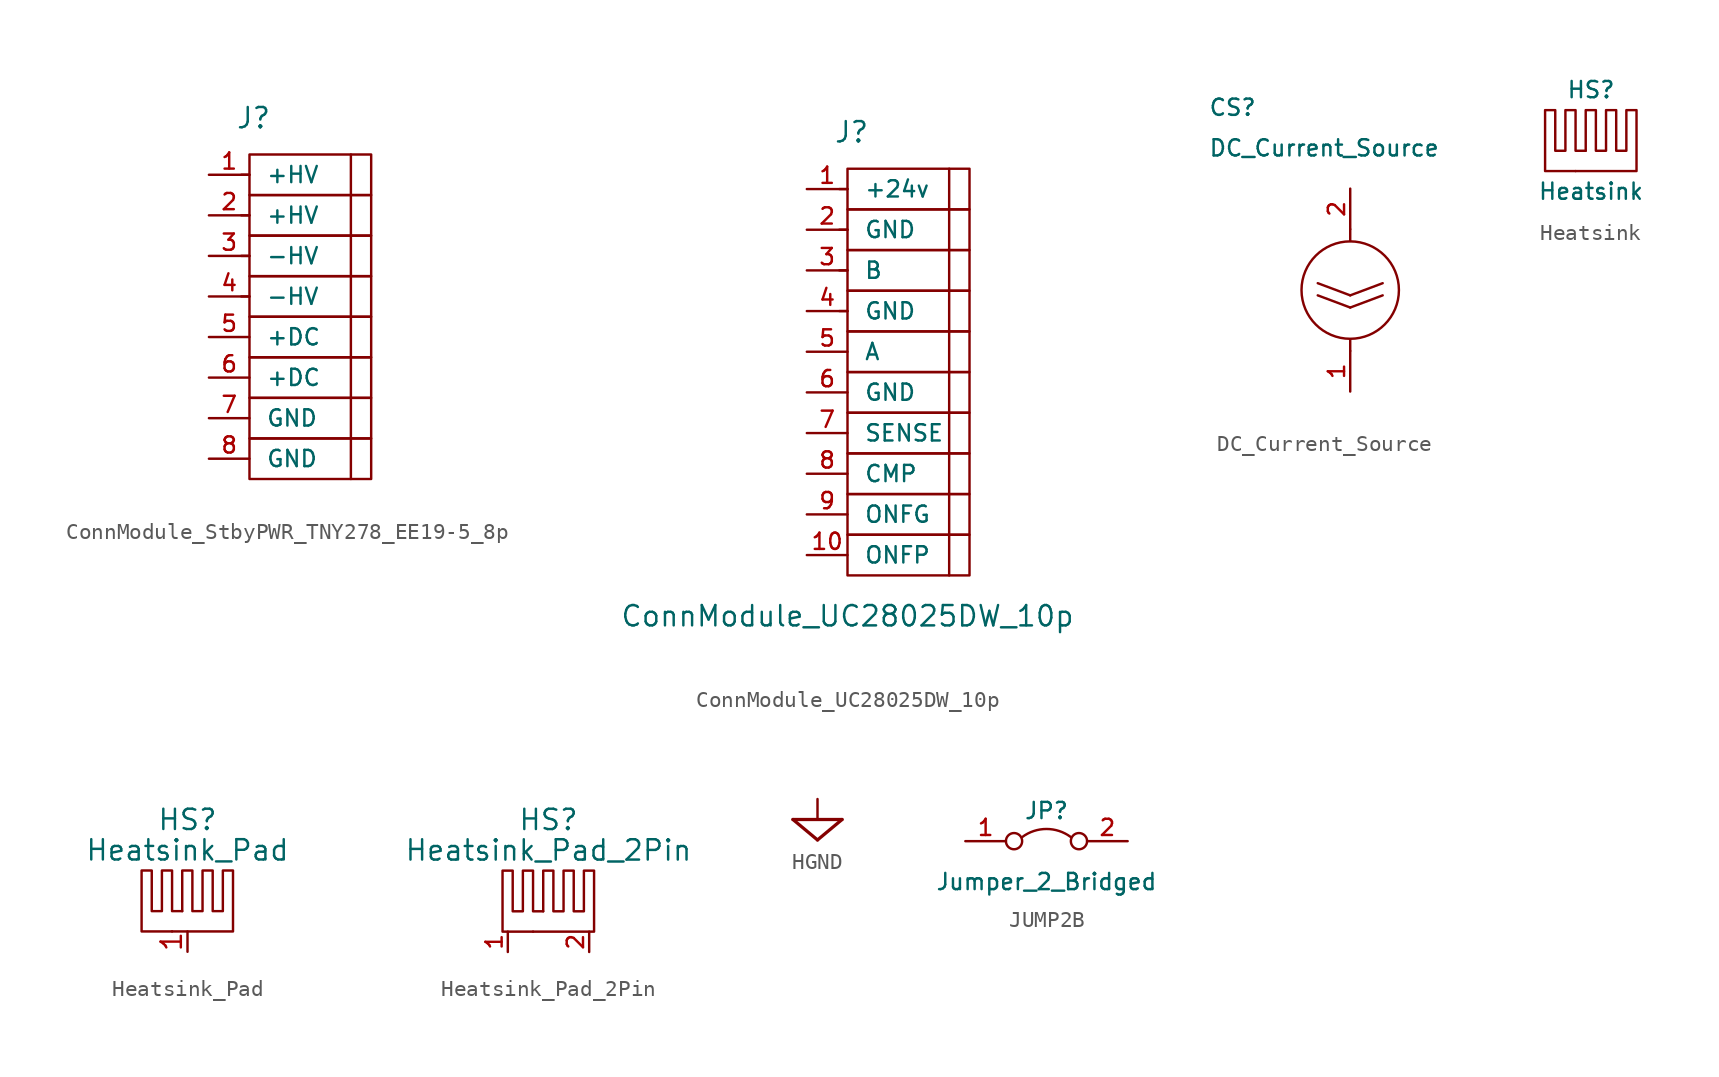
<source format=kicad_sym>
(kicad_symbol_lib
  (version 20241209)
  (generator "kicad_symbol_editor")
  (generator_version "9.0")
  (symbol "ConnModule_StbyPWR_TNY278_EE19-5_8p"
    (pin_names
      (offset 1.016))
    (property "Reference" "J"
      (at 0.254 14.986 0)
      (effects (font (size 1.27 1.27))))
    (symbol "ConnModule_StbyPWR_TNY278_EE19-5_8p_0_1"
      (polyline (pts (xy -0.508 11.43) (xy 0 11.43)) (stroke (width 0) (type default)) (fill (type none)))
      (polyline (pts (xy -0.508 8.89) (xy 0 8.89)) (stroke (width 0) (type default)) (fill (type none)))
      (polyline (pts (xy -0.508 6.35) (xy 0 6.35)) (stroke (width 0) (type default)) (fill (type none)))
      (polyline (pts (xy -0.508 3.81) (xy 0 3.81)) (stroke (width 0) (type default)) (fill (type none)))
      (rectangle (start 0 12.7) (end 7.62 10.16) (stroke (width 0) (type default)) (fill (type none)))
      (rectangle (start 0 10.16) (end 7.62 7.62) (stroke (width 0) (type default)) (fill (type none)))
      (rectangle (start 0 7.62) (end 7.62 5.08) (stroke (width 0) (type default)) (fill (type none)))
      (rectangle (start 0 5.08) (end 7.62 2.54) (stroke (width 0) (type default)) (fill (type none)))
      (rectangle (start 0 2.54) (end 7.62 0) (stroke (width 0) (type default)) (fill (type none)))
      (rectangle (start 0 0) (end 7.62 -2.54) (stroke (width 0) (type default)) (fill (type none)))
      (rectangle (start 0 -2.54) (end 7.62 -5.08) (stroke (width 0) (type default)) (fill (type none)))
      (rectangle (start 0 -5.08) (end 7.62 -7.62) (stroke (width 0) (type default)) (fill (type none)))
      (polyline (pts (xy 6.35 12.7) (xy 6.35 -7.62)) (stroke (width 0) (type default)) (fill (type none))))
    (symbol "ConnModule_StbyPWR_TNY278_EE19-5_8p_1_1"
      (pin bidirectional line (at -2.54 11.43 0) (length 2.54) (name "+HV" (effects (font (size 1.016 1.016)))) (number "1" (effects (font (size 1.016 1.016)))))
      (pin bidirectional line (at -2.54 8.89 0) (length 2.54) (name "+HV" (effects (font (size 1.016 1.016)))) (number "2" (effects (font (size 1.016 1.016)))))
      (pin bidirectional line (at -2.54 6.35 0) (length 2.54) (name "-HV" (effects (font (size 1.016 1.016)))) (number "3" (effects (font (size 1.016 1.016)))))
      (pin bidirectional line (at -2.54 3.81 0) (length 2.54) (name "-HV" (effects (font (size 1.016 1.016)))) (number "4" (effects (font (size 1.016 1.016)))))
      (pin bidirectional line (at -2.54 1.27 0) (length 2.54) (name "+DC" (effects (font (size 1.016 1.016)))) (number "5" (effects (font (size 1.016 1.016)))))
      (pin bidirectional line (at -2.54 -1.27 0) (length 2.54) (name "+DC" (effects (font (size 1.016 1.016)))) (number "6" (effects (font (size 1.016 1.016)))))
      (pin bidirectional line (at -2.54 -3.81 0) (length 2.54) (name "GND" (effects (font (size 1.016 1.016)))) (number "7" (effects (font (size 1.016 1.016)))))
      (pin bidirectional line (at -2.54 -6.35 0) (length 2.54) (name "GND" (effects (font (size 1.016 1.016)))) (number "8" (effects (font (size 1.016 1.016)))))))
  (symbol "ConnModule_UC28025DW_10p"
    (pin_names
      (offset 1.016))
    (property "Reference" "J"
      (at 0.254 14.986 0)
      (effects (font (size 1.27 1.27))))
    (property "Value" "ConnModule_UC28025DW_10p"
      (at 0 -15.24 0)
      (effects (font (size 1.27 1.27))))
    (symbol "ConnModule_UC28025DW_10p_0_1"
      (polyline (pts (xy -0.508 11.43) (xy 0 11.43)) (stroke (width 0) (type default)) (fill (type none)))
      (polyline (pts (xy -0.508 8.89) (xy 0 8.89)) (stroke (width 0) (type default)) (fill (type none)))
      (polyline (pts (xy -0.508 6.35) (xy 0 6.35)) (stroke (width 0) (type default)) (fill (type none)))
      (polyline (pts (xy -0.508 3.81) (xy 0 3.81)) (stroke (width 0) (type default)) (fill (type none)))
      (rectangle (start 0 12.7) (end 7.62 10.16) (stroke (width 0) (type default)) (fill (type none)))
      (rectangle (start 0 10.16) (end 7.62 7.62) (stroke (width 0) (type default)) (fill (type none)))
      (rectangle (start 0 7.62) (end 7.62 5.08) (stroke (width 0) (type default)) (fill (type none)))
      (rectangle (start 0 5.08) (end 7.62 2.54) (stroke (width 0) (type default)) (fill (type none)))
      (rectangle (start 0 2.54) (end 7.62 0) (stroke (width 0) (type default)) (fill (type none)))
      (rectangle (start 0 0) (end 7.62 -2.54) (stroke (width 0) (type default)) (fill (type none)))
      (rectangle (start 0 -2.54) (end 7.62 -5.08) (stroke (width 0) (type default)) (fill (type none)))
      (rectangle (start 0 -5.08) (end 7.62 -7.62) (stroke (width 0) (type default)) (fill (type none)))
      (rectangle (start 0 -7.62) (end 7.62 -10.16) (stroke (width 0) (type default)) (fill (type none)))
      (rectangle (start 0 -10.16) (end 7.62 -12.7) (stroke (width 0) (type default)) (fill (type none)))
      (polyline (pts (xy 6.35 12.7) (xy 6.35 -12.7)) (stroke (width 0) (type default)) (fill (type none))))
    (symbol "ConnModule_UC28025DW_10p_1_1"
      (pin bidirectional line (at -2.54 11.43 0) (length 2.54) (name "+24v" (effects (font (size 1.016 1.016)))) (number "1" (effects (font (size 1.016 1.016)))))
      (pin bidirectional line (at -2.54 8.89 0) (length 2.54) (name "GND" (effects (font (size 1.016 1.016)))) (number "2" (effects (font (size 1.016 1.016)))))
      (pin bidirectional line (at -2.54 6.35 0) (length 2.54) (name "B" (effects (font (size 1.016 1.016)))) (number "3" (effects (font (size 1.016 1.016)))))
      (pin bidirectional line (at -2.54 3.81 0) (length 2.54) (name "GND" (effects (font (size 1.016 1.016)))) (number "4" (effects (font (size 1.016 1.016)))))
      (pin bidirectional line (at -2.54 1.27 0) (length 2.54) (name "A" (effects (font (size 1.016 1.016)))) (number "5" (effects (font (size 1.016 1.016)))))
      (pin bidirectional line (at -2.54 -1.27 0) (length 2.54) (name "GND" (effects (font (size 1.016 1.016)))) (number "6" (effects (font (size 1.016 1.016)))))
      (pin bidirectional line (at -2.54 -3.81 0) (length 2.54) (name "SENSE" (effects (font (size 1.016 1.016)))) (number "7" (effects (font (size 1.016 1.016)))))
      (pin bidirectional line (at -2.54 -6.35 0) (length 2.54) (name "CMP" (effects (font (size 1.016 1.016)))) (number "8" (effects (font (size 1.016 1.016)))))
      (pin bidirectional line (at -2.54 -8.89 0) (length 2.54) (name "ONFG" (effects (font (size 1.016 1.016)))) (number "9" (effects (font (size 1.016 1.016)))))
      (pin bidirectional line (at -2.54 -11.43 0) (length 2.54) (name "ONFP" (effects (font (size 1.016 1.016)))) (number "10" (effects (font (size 1.016 1.016)))))))
  (symbol "DC_Current_Source"
    (pin_names
      (offset 0))
    (property "Reference" "CS"
      (at -8.89 11.43 0)
      (effects (font (size 1.016 1.016)) (justify left)))
    (property "Value" "DC_Current_Source"
      (at -8.89 8.89 0)
      (effects (font (size 1.016 1.016)) (justify left)))
    (symbol "DC_Current_Source_0_1"
      (polyline (pts (xy 0 3.073) (xy 0 3.81)) (stroke (width 0) (type default)) (fill (type none)))
      (circle (center 0 0) (radius 3.048) (stroke (width 0) (type default)) (fill (type none)))
      (polyline (pts (xy 0 -0.33) (xy -2.032 0.432)) (stroke (width 0) (type default)) (fill (type none)))
      (polyline (pts (xy 0 -0.33) (xy 2.032 0.432)) (stroke (width 0) (type default)) (fill (type none)))
      (polyline (pts (xy 0 -1.092) (xy -2.032 -0.33)) (stroke (width 0) (type default)) (fill (type none)))
      (polyline (pts (xy 0 -1.092) (xy 2.032 -0.33)) (stroke (width 0) (type default)) (fill (type none)))
      (polyline (pts (xy 0 -3.81) (xy 0 -3.073)) (stroke (width 0) (type default)) (fill (type none))))
    (symbol "DC_Current_Source_1_1"
      (pin passive line (at 0 6.35 270) (length 2.54) (name "~" (effects (font (size 1.016 1.016)))) (number "2" (effects (font (size 1.016 1.016)))))
      (pin passive line (at 0 -6.35 90) (length 2.54) (name "~" (effects (font (size 1.016 1.016)))) (number "1" (effects (font (size 1.016 1.016)))))))
  (symbol "Heatsink"
    (pin_names
      (offset 1.016))
    (property "Reference" "HS"
      (at 0 5.08 0)
      (effects (font (size 1.016 1.016))))
    (property "Value" "Heatsink"
      (at 0 -1.27 0)
      (effects (font (size 1.016 1.016))))
    (symbol "Heatsink_1_1"
      (polyline (pts (xy -0.33 1.27) (xy -0.965 1.27) (xy -0.965 3.81) (xy -1.6 3.81) (xy -1.6 1.27) (xy -2.235 1.27) (xy -2.235 3.81) (xy -2.87 3.81) (xy -2.87 0) (xy -0.965 0)) (stroke (width 0) (type default)) (fill (type none)))
      (polyline (pts (xy -0.33 1.27) (xy -0.33 3.81) (xy 0.305 3.81) (xy 0.305 1.27) (xy 0.94 1.27) (xy 0.94 3.81) (xy 1.575 3.81) (xy 1.575 1.27) (xy 2.21 1.27) (xy 2.21 3.81) (xy 2.845 3.81) (xy 2.845 0) (xy -0.965 0)) (stroke (width 0) (type default)) (fill (type none)))))
  (symbol "Heatsink_Pad"
    (pin_names
      (offset 0))
    (property "Reference" "HS"
      (at 0 5.715 0)
      (effects (font (size 1.27 1.27))))
    (property "Value" "Heatsink_Pad"
      (at 0 3.81 0)
      (effects (font (size 1.27 1.27))))
    (symbol "Heatsink_Pad_1_1"
      (polyline (pts (xy -0.33 0) (xy -0.965 0) (xy -0.965 2.54) (xy -1.6 2.54) (xy -1.6 0) (xy -2.235 0) (xy -2.235 2.54) (xy -2.87 2.54) (xy -2.87 -1.27) (xy -0.965 -1.27)) (stroke (width 0) (type default)) (fill (type none)))
      (polyline (pts (xy -0.33 0) (xy -0.33 2.54) (xy 0.305 2.54) (xy 0.305 0) (xy 0.94 0) (xy 0.94 2.54) (xy 1.575 2.54) (xy 1.575 0) (xy 2.21 0) (xy 2.21 2.54) (xy 2.845 2.54) (xy 2.845 -1.27) (xy -0.965 -1.27)) (stroke (width 0) (type default)) (fill (type none)))
      (pin passive line (at 0 -2.54 90) (length 1.27) (name "~" (effects (font (size 1.27 1.27)))) (number "1" (effects (font (size 1.27 1.27)))))))
  (symbol "Heatsink_Pad_2Pin"
    (pin_names
      (offset 0))
    (property "Reference" "HS"
      (at 0 5.715 0)
      (effects (font (size 1.27 1.27))))
    (property "Value" "Heatsink_Pad_2Pin"
      (at 0 3.81 0)
      (effects (font (size 1.27 1.27))))
    (symbol "Heatsink_Pad_2Pin_1_1"
      (polyline (pts (xy -0.33 0) (xy -0.965 0) (xy -0.965 2.54) (xy -1.6 2.54) (xy -1.6 0) (xy -2.235 0) (xy -2.235 2.54) (xy -2.87 2.54) (xy -2.87 -1.27) (xy -0.965 -1.27)) (stroke (width 0) (type default)) (fill (type none)))
      (polyline (pts (xy -0.33 0) (xy -0.33 2.54) (xy 0.305 2.54) (xy 0.305 0) (xy 0.94 0) (xy 0.94 2.54) (xy 1.575 2.54) (xy 1.575 0) (xy 2.21 0) (xy 2.21 2.54) (xy 2.845 2.54) (xy 2.845 -1.27) (xy -0.965 -1.27)) (stroke (width 0) (type default)) (fill (type none)))
      (pin passive line (at -2.54 -2.54 90) (length 1.27) (name "~" (effects (font (size 1.016 1.016)))) (number "1" (effects (font (size 1.016 1.016)))))
      (pin passive line (at 2.54 -2.54 90) (length 1.27) (name "~" (effects (font (size 1.016 1.016)))) (number "2" (effects (font (size 1.016 1.016)))))))
  (symbol "HGND"
    (power)
    (pin_numbers
      (hide yes))
    (pin_names
      (offset 0)
      (hide yes))
    (property "Reference" "#PWR"
      (at 0 -2.54 0)
      (effects (font (size 1.016 1.016)) (hide yes)))
    (symbol "HGND_1_1"
      (polyline (pts (xy -1.524 0) (xy 0 -1.27)) (stroke (width 0.203) (type default)) (fill (type none)))
      (polyline (pts (xy -1.524 0) (xy 1.524 0)) (stroke (width 0.203) (type default)) (fill (type none)))
      (polyline (pts (xy 1.524 0) (xy 0 -1.27)) (stroke (width 0.203) (type default)) (fill (type none)))
      (pin power_in line (at 0 1.27 270) (length 1.27) (name "GND" (effects (font (size 1.016 1.016)))) (number "1" (effects (font (size 1.016 1.016)))))))
  (symbol "JUMP2B"
    (pin_names
      (offset 0)
      (hide yes))
    (property "Reference" "JP"
      (at 0 1.905 0)
      (effects (font (size 1.016 1.016))))
    (property "Value" "Jumper_2_Bridged"
      (at 0 -2.54 0)
      (effects (font (size 1.016 1.016))))
    (symbol "JUMP2B_0_0"
      (circle (center -2.032 0) (radius 0.508) (stroke (width 0) (type default)) (fill (type none)))
      (circle (center 2.032 0) (radius 0.508) (stroke (width 0) (type default)) (fill (type none))))
    (symbol "JUMP2B_0_1"
      (arc (start -1.524 0.254) (mid 0 0.762) (end 1.524 0.254) (stroke (width 0) (type default)) (fill (type none))))
    (symbol "JUMP2B_1_1"
      (pin passive line (at -5.08 0 0) (length 2.54) (name "A" (effects (font (size 1.016 1.016)))) (number "1" (effects (font (size 1.016 1.016)))))
      (pin passive line (at 5.08 0 180) (length 2.54) (name "B" (effects (font (size 1.016 1.016)))) (number "2" (effects (font (size 1.016 1.016))))))))
</source>
